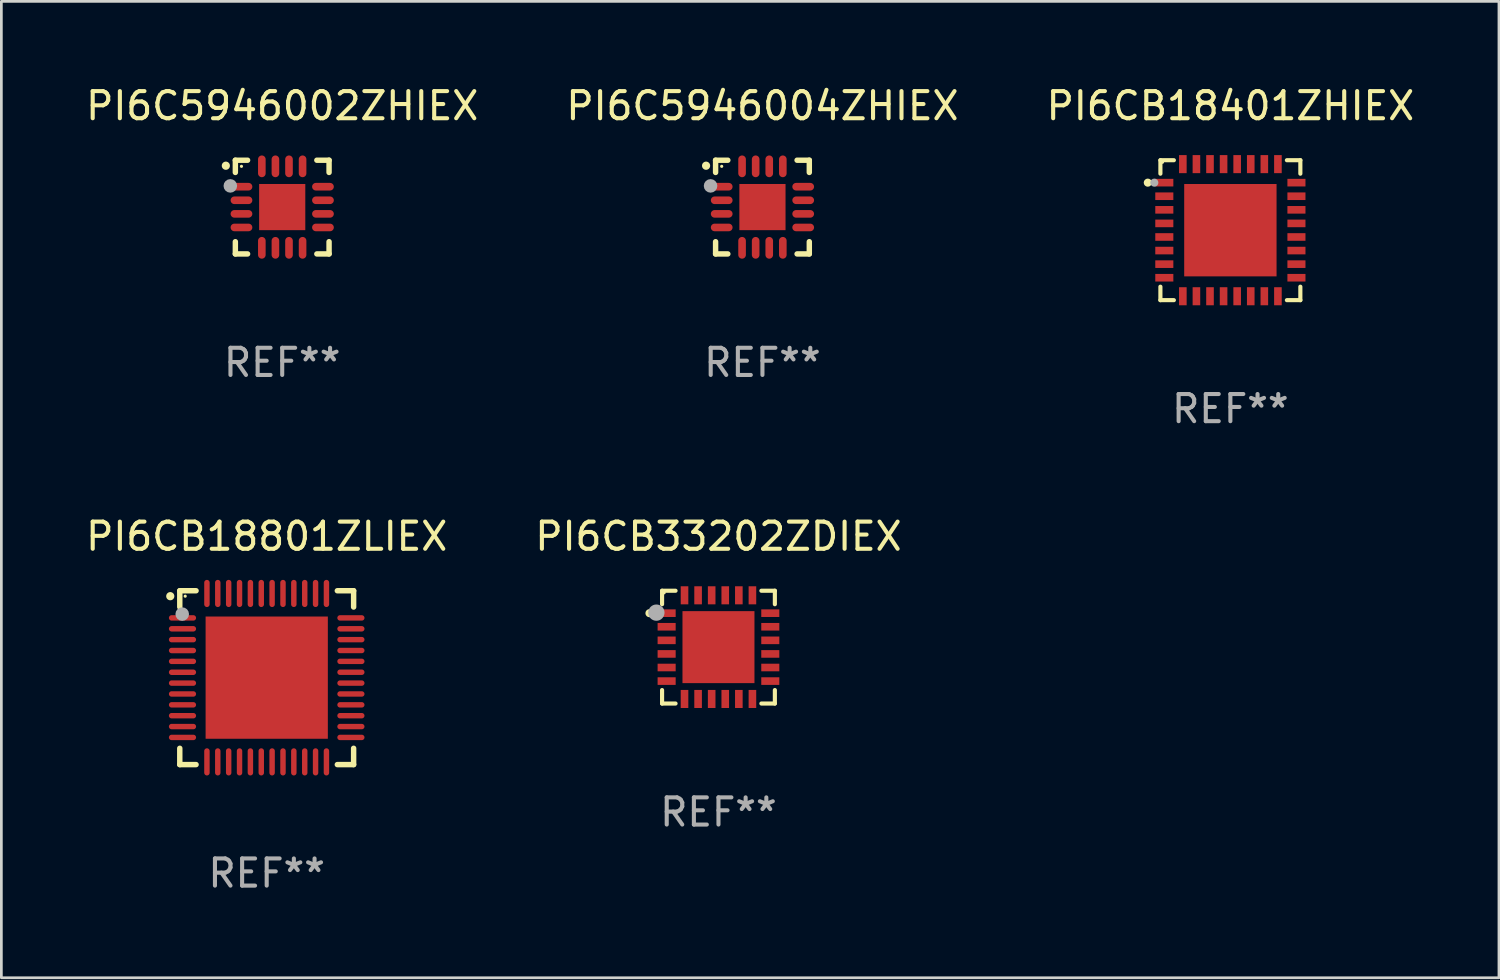
<source format=kicad_pcb>
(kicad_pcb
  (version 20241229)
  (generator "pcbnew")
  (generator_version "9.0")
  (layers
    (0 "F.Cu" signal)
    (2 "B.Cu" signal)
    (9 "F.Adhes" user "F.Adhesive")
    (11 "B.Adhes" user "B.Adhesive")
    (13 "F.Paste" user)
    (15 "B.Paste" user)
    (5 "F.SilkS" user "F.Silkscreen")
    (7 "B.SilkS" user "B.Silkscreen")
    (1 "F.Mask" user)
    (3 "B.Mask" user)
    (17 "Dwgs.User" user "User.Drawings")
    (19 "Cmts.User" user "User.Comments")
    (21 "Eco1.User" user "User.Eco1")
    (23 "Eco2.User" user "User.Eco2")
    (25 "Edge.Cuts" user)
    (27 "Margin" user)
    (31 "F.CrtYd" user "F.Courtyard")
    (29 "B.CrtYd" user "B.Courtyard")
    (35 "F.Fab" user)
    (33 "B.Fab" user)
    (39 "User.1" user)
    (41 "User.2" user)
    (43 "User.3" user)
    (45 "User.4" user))
  (footprint "PI6CB33202ZDIEX"
    (layer "F.Cu")
    (at 23.399 20.773)
    (property "Reference" "PI6CB33202ZDIEX" (at 0 -4.076 0) (layer "F.SilkS") (effects (font (size 1 1) (thickness 0.15))))
    (attr through_hole)
    (fp_line (start -2.076 -2.076) (end -2.076 -1.58) (stroke (width 0.152) (type solid)) (layer "F.SilkS"))
    (fp_line (start -2.076 2.076) (end -2.076 1.58) (stroke (width 0.152) (type solid)) (layer "F.SilkS"))
    (fp_line (start -1.58 -2.076) (end -2.076 -2.076) (stroke (width 0.152) (type solid)) (layer "F.SilkS"))
    (fp_line (start -1.58 2.076) (end -2.076 2.076) (stroke (width 0.152) (type solid)) (layer "F.SilkS"))
    (fp_line (start 1.58 -2.076) (end 2.076 -2.076) (stroke (width 0.152) (type solid)) (layer "F.SilkS"))
    (fp_line (start 1.58 2.076) (end 2.076 2.076) (stroke (width 0.152) (type solid)) (layer "F.SilkS"))
    (fp_line (start 2.076 -2.076) (end 2.076 -1.58) (stroke (width 0.152) (type solid)) (layer "F.SilkS"))
    (fp_line (start 2.076 2.076) (end 2.076 1.58) (stroke (width 0.152) (type solid)) (layer "F.SilkS"))
    (fp_circle (center -2.54 -1.25) (end -2.465 -1.25) (stroke (width 0.15) (type solid)) (fill no) (layer "F.SilkS"))
    (fp_circle (center -2 -2) (end -1.97 -2) (stroke (width 0.06) (type solid)) (fill no) (layer "F.SilkS"))
    (fp_circle (center -2.286 -1.27) (end -2.136 -1.27) (stroke (width 0.3) (type solid)) (fill no) (layer "F.Fab"))
    (fp_text user "REF**" (at 0 6.076 0) (layer "F.Fab") (effects (font (size 1 1) (thickness 0.15))))
    (pad "1" smd rect (at -1.908 -1.25) (size 0.665 0.28) (layers "F.Cu" "F.Mask" "F.Paste"))
    (pad "2" smd rect (at -1.908 -0.75) (size 0.665 0.28) (layers "F.Cu" "F.Mask" "F.Paste"))
    (pad "3" smd rect (at -1.908 -0.25) (size 0.665 0.28) (layers "F.Cu" "F.Mask" "F.Paste"))
    (pad "4" smd rect (at -1.908 0.25) (size 0.665 0.28) (layers "F.Cu" "F.Mask" "F.Paste"))
    (pad "5" smd rect (at -1.908 0.75) (size 0.665 0.28) (layers "F.Cu" "F.Mask" "F.Paste"))
    (pad "6" smd rect (at -1.908 1.25) (size 0.665 0.28) (layers "F.Cu" "F.Mask" "F.Paste"))
    (pad "7" smd rect (at -1.25 1.908) (size 0.28 0.665) (layers "F.Cu" "F.Mask" "F.Paste"))
    (pad "8" smd rect (at -0.75 1.908) (size 0.28 0.665) (layers "F.Cu" "F.Mask" "F.Paste"))
    (pad "9" smd rect (at -0.25 1.908) (size 0.28 0.665) (layers "F.Cu" "F.Mask" "F.Paste"))
    (pad "10" smd rect (at 0.25 1.908) (size 0.28 0.665) (layers "F.Cu" "F.Mask" "F.Paste"))
    (pad "11" smd rect (at 0.75 1.908) (size 0.28 0.665) (layers "F.Cu" "F.Mask" "F.Paste"))
    (pad "12" smd rect (at 1.25 1.908) (size 0.28 0.665) (layers "F.Cu" "F.Mask" "F.Paste"))
    (pad "13" smd rect (at 1.908 1.25) (size 0.665 0.28) (layers "F.Cu" "F.Mask" "F.Paste"))
    (pad "14" smd rect (at 1.908 0.75) (size 0.665 0.28) (layers "F.Cu" "F.Mask" "F.Paste"))
    (pad "15" smd rect (at 1.908 0.25) (size 0.665 0.28) (layers "F.Cu" "F.Mask" "F.Paste"))
    (pad "16" smd rect (at 1.908 -0.25) (size 0.665 0.28) (layers "F.Cu" "F.Mask" "F.Paste"))
    (pad "17" smd rect (at 1.908 -0.75) (size 0.665 0.28) (layers "F.Cu" "F.Mask" "F.Paste"))
    (pad "18" smd rect (at 1.908 -1.25) (size 0.665 0.28) (layers "F.Cu" "F.Mask" "F.Paste"))
    (pad "19" smd rect (at 1.25 -1.908) (size 0.28 0.665) (layers "F.Cu" "F.Mask" "F.Paste"))
    (pad "20" smd rect (at 0.75 -1.908) (size 0.28 0.665) (layers "F.Cu" "F.Mask" "F.Paste"))
    (pad "21" smd rect (at 0.25 -1.908) (size 0.28 0.665) (layers "F.Cu" "F.Mask" "F.Paste"))
    (pad "22" smd rect (at -0.25 -1.908) (size 0.28 0.665) (layers "F.Cu" "F.Mask" "F.Paste"))
    (pad "23" smd rect (at -0.75 -1.908) (size 0.28 0.665) (layers "F.Cu" "F.Mask" "F.Paste"))
    (pad "24" smd rect (at -1.25 -1.908) (size 0.28 0.665) (layers "F.Cu" "F.Mask" "F.Paste"))
    (pad "25" smd rect (at 0 0) (size 2.65 2.65) (layers "F.Cu" "F.Mask" "F.Paste")))
  (footprint "PI6CB18801ZLIEX"
    (layer "F.Cu")
    (at 6.768 21.897)
    (property "Reference" "PI6CB18801ZLIEX" (at 0 -5.2 0) (layer "F.SilkS") (effects (font (size 1 1) (thickness 0.15))))
    (attr through_hole)
    (fp_line (start -3.2 -3.2) (end -2.6 -3.2) (stroke (width 0.2) (type solid)) (layer "F.SilkS"))
    (fp_line (start -3.2 -2.6) (end -3.2 -3.2) (stroke (width 0.2) (type solid)) (layer "F.SilkS"))
    (fp_line (start -3.2 3.2) (end -3.2 2.6) (stroke (width 0.2) (type solid)) (layer "F.SilkS"))
    (fp_line (start -2.6 3.2) (end -3.2 3.2) (stroke (width 0.2) (type solid)) (layer "F.SilkS"))
    (fp_line (start 2.6 -3.2) (end 3.2 -3.2) (stroke (width 0.2) (type solid)) (layer "F.SilkS"))
    (fp_line (start 2.6 3.2) (end 3.2 3.2) (stroke (width 0.2) (type solid)) (layer "F.SilkS"))
    (fp_line (start 3.2 -3.2) (end 3.2 -2.6) (stroke (width 0.2) (type solid)) (layer "F.SilkS"))
    (fp_line (start 3.2 3.2) (end 3.2 2.6) (stroke (width 0.2) (type solid)) (layer "F.SilkS"))
    (fp_arc (start -3.550025 -2.998349) (mid -3.55003 -2.999619) (end -3.550025 -3.000889) (stroke (width 0.3) (type solid)) (layer "F.SilkS"))
    (fp_circle (center -3 -3) (end -2.97 -3) (stroke (width 0.06) (type solid)) (fill no) (layer "F.SilkS"))
    (fp_circle (center -3.11 -2.34) (end -2.985 -2.34) (stroke (width 0.25) (type solid)) (fill no) (layer "F.Fab"))
    (fp_text user "REF**" (at 0 7.2 0) (layer "F.Fab") (effects (font (size 1 1) (thickness 0.15))))
    (pad "1" smd oval (at -3.1 -2.2) (size 1 0.2) (layers "F.Cu" "F.Mask" "F.Paste"))
    (pad "2" smd oval (at -3.1 -1.799) (size 1 0.2) (layers "F.Cu" "F.Mask" "F.Paste"))
    (pad "3" smd oval (at -3.1 -1.4) (size 1 0.2) (layers "F.Cu" "F.Mask" "F.Paste"))
    (pad "4" smd oval (at -3.1 -0.999) (size 1 0.2) (layers "F.Cu" "F.Mask" "F.Paste"))
    (pad "5" smd oval (at -3.1 -0.6) (size 1 0.2) (layers "F.Cu" "F.Mask" "F.Paste"))
    (pad "6" smd oval (at -3.1 -0.199) (size 1 0.2) (layers "F.Cu" "F.Mask" "F.Paste"))
    (pad "7" smd oval (at -3.1 0.2) (size 1 0.2) (layers "F.Cu" "F.Mask" "F.Paste"))
    (pad "8" smd oval (at -3.1 0.6) (size 1 0.2) (layers "F.Cu" "F.Mask" "F.Paste"))
    (pad "9" smd oval (at -3.1 1) (size 1 0.2) (layers "F.Cu" "F.Mask" "F.Paste"))
    (pad "10" smd oval (at -3.1 1.4) (size 1 0.2) (layers "F.Cu" "F.Mask" "F.Paste"))
    (pad "11" smd oval (at -3.1 1.8) (size 1 0.2) (layers "F.Cu" "F.Mask" "F.Paste"))
    (pad "12" smd oval (at -3.1 2.2) (size 1 0.2) (layers "F.Cu" "F.Mask" "F.Paste"))
    (pad "13" smd oval (at -2.2 3.1) (size 0.2 1) (layers "F.Cu" "F.Mask" "F.Paste"))
    (pad "14" smd oval (at -1.801 3.1) (size 0.2 1) (layers "F.Cu" "F.Mask" "F.Paste"))
    (pad "15" smd oval (at -1.4 3.1) (size 0.2 1) (layers "F.Cu" "F.Mask" "F.Paste"))
    (pad "16" smd oval (at -1 3.1) (size 0.2 1) (layers "F.Cu" "F.Mask" "F.Paste"))
    (pad "17" smd oval (at -0.6 3.1) (size 0.2 1) (layers "F.Cu" "F.Mask" "F.Paste"))
    (pad "18" smd oval (at -0.2 3.1) (size 0.2 1) (layers "F.Cu" "F.Mask" "F.Paste"))
    (pad "19" smd oval (at 0.199 3.1) (size 0.2 1) (layers "F.Cu" "F.Mask" "F.Paste"))
    (pad "20" smd oval (at 0.6 3.1) (size 0.2 1) (layers "F.Cu" "F.Mask" "F.Paste"))
    (pad "21" smd oval (at 0.999 3.1) (size 0.2 1) (layers "F.Cu" "F.Mask" "F.Paste"))
    (pad "22" smd oval (at 1.4 3.1) (size 0.2 1) (layers "F.Cu" "F.Mask" "F.Paste"))
    (pad "23" smd oval (at 1.799 3.1) (size 0.2 1) (layers "F.Cu" "F.Mask" "F.Paste"))
    (pad "24" smd oval (at 2.199 3.1) (size 0.2 1) (layers "F.Cu" "F.Mask" "F.Paste"))
    (pad "25" smd oval (at 3.1 2.2) (size 1 0.2) (layers "F.Cu" "F.Mask" "F.Paste"))
    (pad "26" smd oval (at 3.1 1.8) (size 1 0.2) (layers "F.Cu" "F.Mask" "F.Paste"))
    (pad "27" smd oval (at 3.1 1.4) (size 1 0.2) (layers "F.Cu" "F.Mask" "F.Paste"))
    (pad "28" smd oval (at 3.1 1) (size 1 0.2) (layers "F.Cu" "F.Mask" "F.Paste"))
    (pad "29" smd oval (at 3.1 0.6) (size 1 0.2) (layers "F.Cu" "F.Mask" "F.Paste"))
    (pad "30" smd oval (at 3.1 0.2) (size 1 0.2) (layers "F.Cu" "F.Mask" "F.Paste"))
    (pad "31" smd oval (at 3.1 -0.2) (size 1 0.2) (layers "F.Cu" "F.Mask" "F.Paste"))
    (pad "32" smd oval (at 3.1 -0.6) (size 1 0.2) (layers "F.Cu" "F.Mask" "F.Paste"))
    (pad "33" smd oval (at 3.1 -1) (size 1 0.2) (layers "F.Cu" "F.Mask" "F.Paste"))
    (pad "34" smd oval (at 3.1 -1.4) (size 1 0.2) (layers "F.Cu" "F.Mask" "F.Paste"))
    (pad "35" smd oval (at 3.1 -1.799) (size 1 0.2) (layers "F.Cu" "F.Mask" "F.Paste"))
    (pad "36" smd oval (at 3.1 -2.2) (size 1 0.2) (layers "F.Cu" "F.Mask" "F.Paste"))
    (pad "37" smd oval (at 2.199 -3.1) (size 0.2 1) (layers "F.Cu" "F.Mask" "F.Paste"))
    (pad "38" smd oval (at 1.799 -3.1) (size 0.2 1) (layers "F.Cu" "F.Mask" "F.Paste"))
    (pad "39" smd oval (at 1.4 -3.1) (size 0.2 1) (layers "F.Cu" "F.Mask" "F.Paste"))
    (pad "40" smd oval (at 0.999 -3.1) (size 0.2 1) (layers "F.Cu" "F.Mask" "F.Paste"))
    (pad "41" smd oval (at 0.6 -3.1) (size 0.2 1) (layers "F.Cu" "F.Mask" "F.Paste"))
    (pad "42" smd oval (at 0.199 -3.1) (size 0.2 1) (layers "F.Cu" "F.Mask" "F.Paste"))
    (pad "43" smd oval (at -0.2 -3.1) (size 0.2 1) (layers "F.Cu" "F.Mask" "F.Paste"))
    (pad "44" smd oval (at -0.6 -3.1) (size 0.2 1) (layers "F.Cu" "F.Mask" "F.Paste"))
    (pad "45" smd oval (at -1 -3.1) (size 0.2 1) (layers "F.Cu" "F.Mask" "F.Paste"))
    (pad "46" smd oval (at -1.4 -3.1) (size 0.2 1) (layers "F.Cu" "F.Mask" "F.Paste"))
    (pad "47" smd oval (at -1.801 -3.1) (size 0.2 1) (layers "F.Cu" "F.Mask" "F.Paste"))
    (pad "48" smd oval (at -2.2 -3.1) (size 0.2 1) (layers "F.Cu" "F.Mask" "F.Paste"))
    (pad "49" smd rect (at 0.001 -0.001) (size 4.5 4.5) (layers "F.Cu" "F.Mask" "F.Paste")))
  (footprint "PI6CB18401ZHIEX"
    (layer "F.Cu")
    (at 42.244 5.424)
    (property "Reference" "PI6CB18401ZHIEX" (at 0 -4.576 0) (layer "F.SilkS") (effects (font (size 1 1) (thickness 0.15))))
    (attr through_hole)
    (fp_line (start -2.576 -2.576) (end -2.576 -2.08) (stroke (width 0.152) (type solid)) (layer "F.SilkS"))
    (fp_line (start -2.576 2.576) (end -2.576 2.08) (stroke (width 0.152) (type solid)) (layer "F.SilkS"))
    (fp_line (start -2.08 -2.576) (end -2.576 -2.576) (stroke (width 0.152) (type solid)) (layer "F.SilkS"))
    (fp_line (start -2.08 2.576) (end -2.576 2.576) (stroke (width 0.152) (type solid)) (layer "F.SilkS"))
    (fp_line (start 2.08 -2.576) (end 2.576 -2.576) (stroke (width 0.152) (type solid)) (layer "F.SilkS"))
    (fp_line (start 2.08 2.576) (end 2.576 2.576) (stroke (width 0.152) (type solid)) (layer "F.SilkS"))
    (fp_line (start 2.576 -2.576) (end 2.576 -2.08) (stroke (width 0.152) (type solid)) (layer "F.SilkS"))
    (fp_line (start 2.576 2.576) (end 2.576 2.08) (stroke (width 0.152) (type solid)) (layer "F.SilkS"))
    (fp_circle (center -3.04 -1.75) (end -2.965 -1.75) (stroke (width 0.15) (type solid)) (fill no) (layer "F.SilkS"))
    (fp_circle (center -2.5 -2.5) (end -2.47 -2.5) (stroke (width 0.06) (type solid)) (fill no) (layer "F.SilkS"))
    (fp_circle (center -2.8 -1.75) (end -2.725 -1.75) (stroke (width 0.15) (type solid)) (fill no) (layer "F.Fab"))
    (fp_text user "REF**" (at 0 6.576 0) (layer "F.Fab") (effects (font (size 1 1) (thickness 0.15))))
    (pad "1" smd rect (at -2.432 -1.75) (size 0.665 0.28) (layers "F.Cu" "F.Mask" "F.Paste"))
    (pad "2" smd rect (at -2.432 -1.25) (size 0.665 0.28) (layers "F.Cu" "F.Mask" "F.Paste"))
    (pad "3" smd rect (at -2.432 -0.75) (size 0.665 0.28) (layers "F.Cu" "F.Mask" "F.Paste"))
    (pad "4" smd rect (at -2.432 -0.25) (size 0.665 0.28) (layers "F.Cu" "F.Mask" "F.Paste"))
    (pad "5" smd rect (at -2.432 0.25) (size 0.665 0.28) (layers "F.Cu" "F.Mask" "F.Paste"))
    (pad "6" smd rect (at -2.432 0.75) (size 0.665 0.28) (layers "F.Cu" "F.Mask" "F.Paste"))
    (pad "7" smd rect (at -2.432 1.25) (size 0.665 0.28) (layers "F.Cu" "F.Mask" "F.Paste"))
    (pad "8" smd rect (at -2.432 1.75) (size 0.665 0.28) (layers "F.Cu" "F.Mask" "F.Paste"))
    (pad "9" smd rect (at -1.75 2.432) (size 0.28 0.665) (layers "F.Cu" "F.Mask" "F.Paste"))
    (pad "10" smd rect (at -1.25 2.432) (size 0.28 0.665) (layers "F.Cu" "F.Mask" "F.Paste"))
    (pad "11" smd rect (at -0.75 2.432) (size 0.28 0.665) (layers "F.Cu" "F.Mask" "F.Paste"))
    (pad "12" smd rect (at -0.25 2.432) (size 0.28 0.665) (layers "F.Cu" "F.Mask" "F.Paste"))
    (pad "13" smd rect (at 0.25 2.432) (size 0.28 0.665) (layers "F.Cu" "F.Mask" "F.Paste"))
    (pad "14" smd rect (at 0.75 2.432) (size 0.28 0.665) (layers "F.Cu" "F.Mask" "F.Paste"))
    (pad "15" smd rect (at 1.25 2.432) (size 0.28 0.665) (layers "F.Cu" "F.Mask" "F.Paste"))
    (pad "16" smd rect (at 1.75 2.432) (size 0.28 0.665) (layers "F.Cu" "F.Mask" "F.Paste"))
    (pad "17" smd rect (at 2.432 1.75) (size 0.665 0.28) (layers "F.Cu" "F.Mask" "F.Paste"))
    (pad "18" smd rect (at 2.432 1.25) (size 0.665 0.28) (layers "F.Cu" "F.Mask" "F.Paste"))
    (pad "19" smd rect (at 2.432 0.75) (size 0.665 0.28) (layers "F.Cu" "F.Mask" "F.Paste"))
    (pad "20" smd rect (at 2.432 0.25) (size 0.665 0.28) (layers "F.Cu" "F.Mask" "F.Paste"))
    (pad "21" smd rect (at 2.432 -0.25) (size 0.665 0.28) (layers "F.Cu" "F.Mask" "F.Paste"))
    (pad "22" smd rect (at 2.432 -0.75) (size 0.665 0.28) (layers "F.Cu" "F.Mask" "F.Paste"))
    (pad "23" smd rect (at 2.432 -1.25) (size 0.665 0.28) (layers "F.Cu" "F.Mask" "F.Paste"))
    (pad "24" smd rect (at 2.432 -1.75) (size 0.665 0.28) (layers "F.Cu" "F.Mask" "F.Paste"))
    (pad "25" smd rect (at 1.75 -2.432) (size 0.28 0.665) (layers "F.Cu" "F.Mask" "F.Paste"))
    (pad "26" smd rect (at 1.25 -2.432) (size 0.28 0.665) (layers "F.Cu" "F.Mask" "F.Paste"))
    (pad "27" smd rect (at 0.75 -2.432) (size 0.28 0.665) (layers "F.Cu" "F.Mask" "F.Paste"))
    (pad "28" smd rect (at 0.25 -2.432) (size 0.28 0.665) (layers "F.Cu" "F.Mask" "F.Paste"))
    (pad "29" smd rect (at -0.25 -2.432) (size 0.28 0.665) (layers "F.Cu" "F.Mask" "F.Paste"))
    (pad "30" smd rect (at -0.75 -2.432) (size 0.28 0.665) (layers "F.Cu" "F.Mask" "F.Paste"))
    (pad "31" smd rect (at -1.25 -2.432) (size 0.28 0.665) (layers "F.Cu" "F.Mask" "F.Paste"))
    (pad "32" smd rect (at -1.75 -2.432) (size 0.28 0.665) (layers "F.Cu" "F.Mask" "F.Paste"))
    (pad "33" smd rect (at 0 0) (size 3.4 3.4) (layers "F.Cu" "F.Mask" "F.Paste")))
  (footprint "PI6C5946004ZHIEX"
    (layer "F.Cu")
    (at 25.018 4.573)
    (property "Reference" "PI6C5946004ZHIEX" (at 0 -3.725 0) (layer "F.SilkS") (effects (font (size 1 1) (thickness 0.15))))
    (attr through_hole)
    (fp_line (start -1.725 -1.725) (end -1.275 -1.725) (stroke (width 0.2) (type solid)) (layer "F.SilkS"))
    (fp_line (start -1.725 -1.275) (end -1.725 -1.725) (stroke (width 0.2) (type solid)) (layer "F.SilkS"))
    (fp_line (start -1.725 1.725) (end -1.725 1.275) (stroke (width 0.2) (type solid)) (layer "F.SilkS"))
    (fp_line (start -1.275 1.725) (end -1.725 1.725) (stroke (width 0.2) (type solid)) (layer "F.SilkS"))
    (fp_line (start 1.275 -1.725) (end 1.725 -1.725) (stroke (width 0.2) (type solid)) (layer "F.SilkS"))
    (fp_line (start 1.275 1.725) (end 1.725 1.725) (stroke (width 0.2) (type solid)) (layer "F.SilkS"))
    (fp_line (start 1.725 -1.725) (end 1.725 -1.275) (stroke (width 0.2) (type solid)) (layer "F.SilkS"))
    (fp_line (start 1.725 1.725) (end 1.725 1.275) (stroke (width 0.2) (type solid)) (layer "F.SilkS"))
    (fp_arc (start -2.075184 -1.521463) (mid -2.075189 -1.522733) (end -2.075184 -1.524003) (stroke (width 0.3) (type solid)) (layer "F.SilkS"))
    (fp_circle (center -1.5 -1.5) (end -1.47 -1.5) (stroke (width 0.06) (type solid)) (fill no) (layer "F.SilkS"))
    (fp_circle (center -1.91 -0.78) (end -1.785 -0.78) (stroke (width 0.25) (type solid)) (fill no) (layer "F.Fab"))
    (fp_text user "REF**" (at 0 5.725 0) (layer "F.Fab") (effects (font (size 1 1) (thickness 0.15))))
    (pad "1" smd oval (at -1.5 -0.75) (size 0.8 0.28) (layers "F.Cu" "F.Mask" "F.Paste"))
    (pad "2" smd oval (at -1.5 -0.25) (size 0.8 0.28) (layers "F.Cu" "F.Mask" "F.Paste"))
    (pad "3" smd oval (at -1.5 0.25) (size 0.8 0.28) (layers "F.Cu" "F.Mask" "F.Paste"))
    (pad "4" smd oval (at -1.5 0.75) (size 0.8 0.28) (layers "F.Cu" "F.Mask" "F.Paste"))
    (pad "5" smd oval (at -0.75 1.5) (size 0.28 0.8) (layers "F.Cu" "F.Mask" "F.Paste"))
    (pad "6" smd oval (at -0.25 1.5) (size 0.28 0.8) (layers "F.Cu" "F.Mask" "F.Paste"))
    (pad "7" smd oval (at 0.25 1.5) (size 0.28 0.8) (layers "F.Cu" "F.Mask" "F.Paste"))
    (pad "8" smd oval (at 0.75 1.5) (size 0.28 0.8) (layers "F.Cu" "F.Mask" "F.Paste"))
    (pad "9" smd oval (at 1.5 0.75) (size 0.8 0.28) (layers "F.Cu" "F.Mask" "F.Paste"))
    (pad "10" smd oval (at 1.5 0.25) (size 0.8 0.28) (layers "F.Cu" "F.Mask" "F.Paste"))
    (pad "11" smd oval (at 1.5 -0.25) (size 0.8 0.28) (layers "F.Cu" "F.Mask" "F.Paste"))
    (pad "12" smd oval (at 1.5 -0.75) (size 0.8 0.28) (layers "F.Cu" "F.Mask" "F.Paste"))
    (pad "13" smd oval (at 0.75 -1.5) (size 0.28 0.8) (layers "F.Cu" "F.Mask" "F.Paste"))
    (pad "14" smd oval (at 0.25 -1.5) (size 0.28 0.8) (layers "F.Cu" "F.Mask" "F.Paste"))
    (pad "15" smd oval (at -0.25 -1.5) (size 0.28 0.8) (layers "F.Cu" "F.Mask" "F.Paste"))
    (pad "16" smd oval (at -0.75 -1.5) (size 0.28 0.8) (layers "F.Cu" "F.Mask" "F.Paste"))
    (pad "17" smd rect (at 0.000076 0.000076) (size 1.7 1.7) (layers "F.Cu" "F.Mask" "F.Paste")))
  (footprint "PI6C5946002ZHIEX"
    (layer "F.Cu")
    (at 7.339 4.573)
    (property "Reference" "PI6C5946002ZHIEX" (at 0 -3.725 0) (layer "F.SilkS") (effects (font (size 1 1) (thickness 0.15))))
    (attr through_hole)
    (fp_line (start -1.725 -1.725) (end -1.275 -1.725) (stroke (width 0.2) (type solid)) (layer "F.SilkS"))
    (fp_line (start -1.725 -1.275) (end -1.725 -1.725) (stroke (width 0.2) (type solid)) (layer "F.SilkS"))
    (fp_line (start -1.725 1.725) (end -1.725 1.275) (stroke (width 0.2) (type solid)) (layer "F.SilkS"))
    (fp_line (start -1.275 1.725) (end -1.725 1.725) (stroke (width 0.2) (type solid)) (layer "F.SilkS"))
    (fp_line (start 1.275 -1.725) (end 1.725 -1.725) (stroke (width 0.2) (type solid)) (layer "F.SilkS"))
    (fp_line (start 1.275 1.725) (end 1.725 1.725) (stroke (width 0.2) (type solid)) (layer "F.SilkS"))
    (fp_line (start 1.725 -1.725) (end 1.725 -1.275) (stroke (width 0.2) (type solid)) (layer "F.SilkS"))
    (fp_line (start 1.725 1.725) (end 1.725 1.275) (stroke (width 0.2) (type solid)) (layer "F.SilkS"))
    (fp_arc (start -2.075184 -1.521463) (mid -2.075189 -1.522733) (end -2.075184 -1.524003) (stroke (width 0.3) (type solid)) (layer "F.SilkS"))
    (fp_circle (center -1.5 -1.5) (end -1.47 -1.5) (stroke (width 0.06) (type solid)) (fill no) (layer "F.SilkS"))
    (fp_circle (center -1.91 -0.78) (end -1.785 -0.78) (stroke (width 0.25) (type solid)) (fill no) (layer "F.Fab"))
    (fp_text user "REF**" (at 0 5.725 0) (layer "F.Fab") (effects (font (size 1 1) (thickness 0.15))))
    (pad "1" smd oval (at -1.5 -0.75) (size 0.8 0.28) (layers "F.Cu" "F.Mask" "F.Paste"))
    (pad "2" smd oval (at -1.5 -0.25) (size 0.8 0.28) (layers "F.Cu" "F.Mask" "F.Paste"))
    (pad "3" smd oval (at -1.5 0.25) (size 0.8 0.28) (layers "F.Cu" "F.Mask" "F.Paste"))
    (pad "4" smd oval (at -1.5 0.75) (size 0.8 0.28) (layers "F.Cu" "F.Mask" "F.Paste"))
    (pad "5" smd oval (at -0.75 1.5) (size 0.28 0.8) (layers "F.Cu" "F.Mask" "F.Paste"))
    (pad "6" smd oval (at -0.25 1.5) (size 0.28 0.8) (layers "F.Cu" "F.Mask" "F.Paste"))
    (pad "7" smd oval (at 0.25 1.5) (size 0.28 0.8) (layers "F.Cu" "F.Mask" "F.Paste"))
    (pad "8" smd oval (at 0.75 1.5) (size 0.28 0.8) (layers "F.Cu" "F.Mask" "F.Paste"))
    (pad "9" smd oval (at 1.5 0.75) (size 0.8 0.28) (layers "F.Cu" "F.Mask" "F.Paste"))
    (pad "10" smd oval (at 1.5 0.25) (size 0.8 0.28) (layers "F.Cu" "F.Mask" "F.Paste"))
    (pad "11" smd oval (at 1.5 -0.25) (size 0.8 0.28) (layers "F.Cu" "F.Mask" "F.Paste"))
    (pad "12" smd oval (at 1.5 -0.75) (size 0.8 0.28) (layers "F.Cu" "F.Mask" "F.Paste"))
    (pad "13" smd oval (at 0.75 -1.5) (size 0.28 0.8) (layers "F.Cu" "F.Mask" "F.Paste"))
    (pad "14" smd oval (at 0.25 -1.5) (size 0.28 0.8) (layers "F.Cu" "F.Mask" "F.Paste"))
    (pad "15" smd oval (at -0.25 -1.5) (size 0.28 0.8) (layers "F.Cu" "F.Mask" "F.Paste"))
    (pad "16" smd oval (at -0.75 -1.5) (size 0.28 0.8) (layers "F.Cu" "F.Mask" "F.Paste"))
    (pad "17" smd rect (at 0.000076 0.000076) (size 1.7 1.7) (layers "F.Cu" "F.Mask" "F.Paste")))
  (gr_rect
    (start -3 -3)
    (end 52.131 32.945)
    (stroke (width 0.1) (type default))
    (fill no)
    (layer "Edge.Cuts")))
</source>
